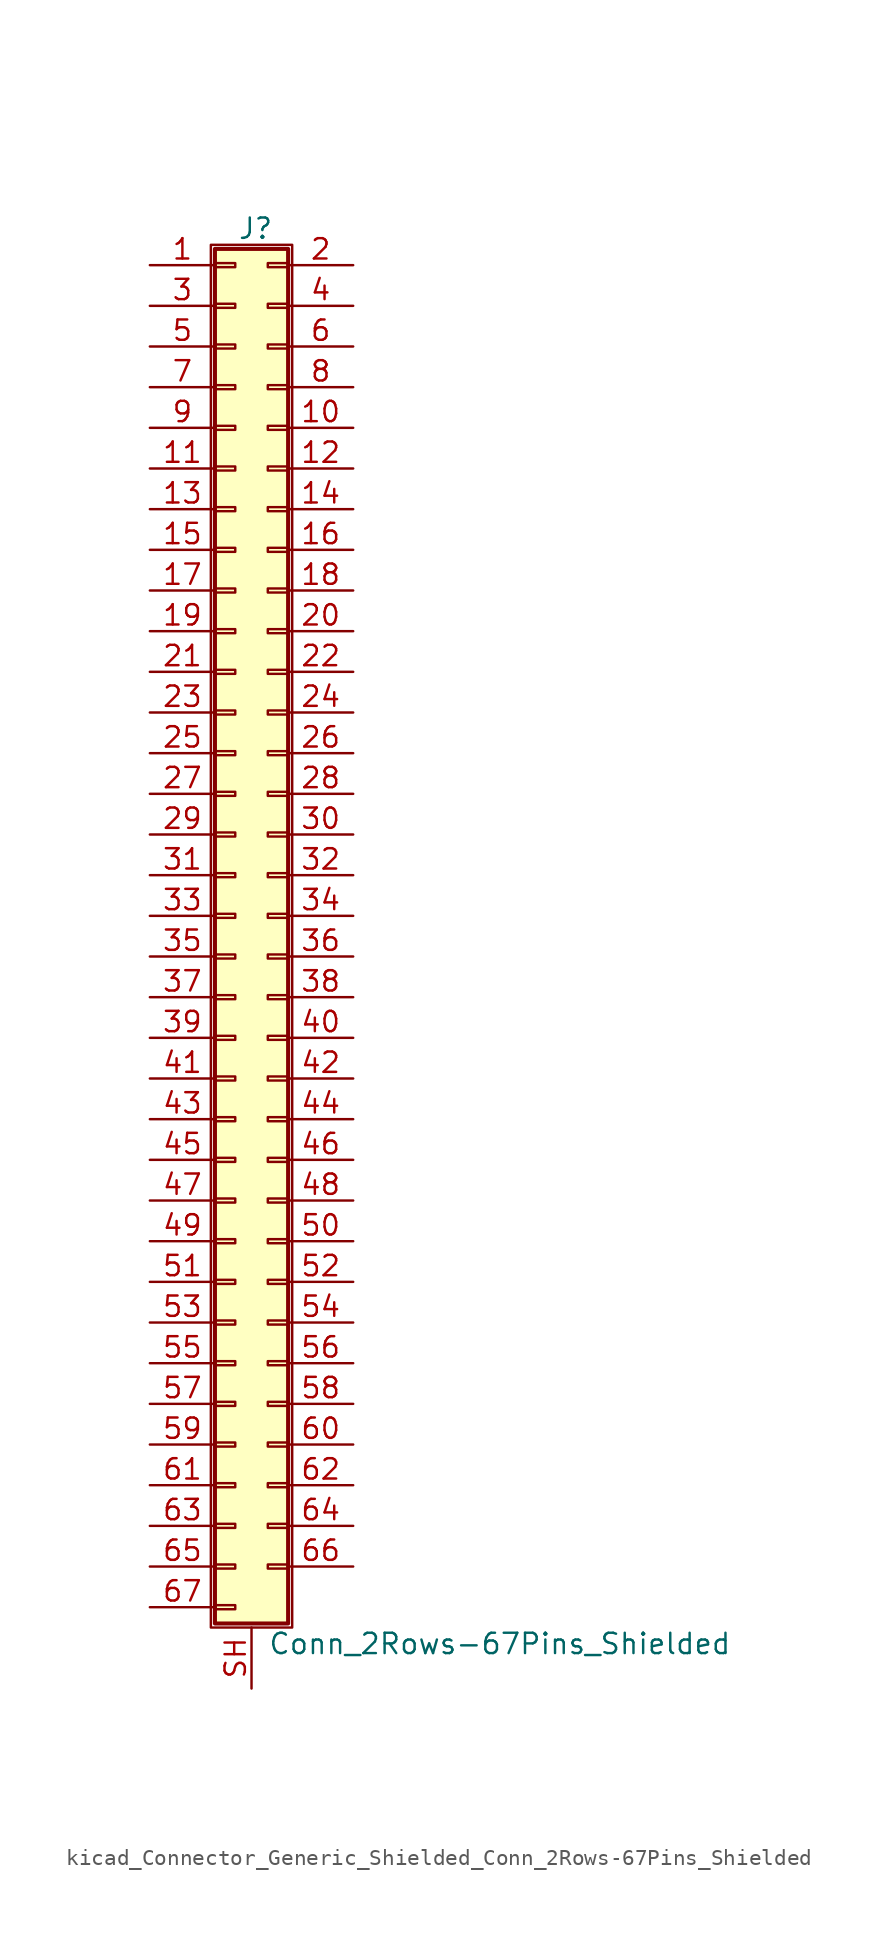
<source format=kicad_sym>
(kicad_symbol_lib
  (version 20220914)
  (generator kicad_symbol_editor)
  (symbol "kicad_Connector_Generic_Shielded_Conn_2Rows-67Pins_Shielded"
    (pin_names
      (offset 1.016) hide)
    (property "Reference" "J"
      (at 1.524 42.926 0)
      (effects (font (size 1.27 1.27))))
    (property "Value" "Conn_2Rows-67Pins_Shielded"
      (at 2.286 -45.466 0)
      (effects (font (size 1.27 1.27)) (justify left)))
    (symbol "kicad_Connector_Generic_Shielded_Conn_2Rows-67Pins_Shielded_1_1"
      (rectangle (start -1.27 41.91) (end 3.81 -44.45) (stroke (width 0.152) (type default)) (fill (type none)))
      (rectangle (start -1.016 -43.053) (end 0.254 -43.307) (stroke (width 0.152) (type default)) (fill (type none)))
      (rectangle (start -1.016 -40.513) (end 0.254 -40.767) (stroke (width 0.152) (type default)) (fill (type none)))
      (rectangle (start -1.016 -37.973) (end 0.254 -38.227) (stroke (width 0.152) (type default)) (fill (type none)))
      (rectangle (start -1.016 -35.433) (end 0.254 -35.687) (stroke (width 0.152) (type default)) (fill (type none)))
      (rectangle (start -1.016 -32.893) (end 0.254 -33.147) (stroke (width 0.152) (type default)) (fill (type none)))
      (rectangle (start -1.016 -30.353) (end 0.254 -30.607) (stroke (width 0.152) (type default)) (fill (type none)))
      (rectangle (start -1.016 -27.813) (end 0.254 -28.067) (stroke (width 0.152) (type default)) (fill (type none)))
      (rectangle (start -1.016 -25.273) (end 0.254 -25.527) (stroke (width 0.152) (type default)) (fill (type none)))
      (rectangle (start -1.016 -22.733) (end 0.254 -22.987) (stroke (width 0.152) (type default)) (fill (type none)))
      (rectangle (start -1.016 -20.193) (end 0.254 -20.447) (stroke (width 0.152) (type default)) (fill (type none)))
      (rectangle (start -1.016 -17.653) (end 0.254 -17.907) (stroke (width 0.152) (type default)) (fill (type none)))
      (rectangle (start -1.016 -15.113) (end 0.254 -15.367) (stroke (width 0.152) (type default)) (fill (type none)))
      (rectangle (start -1.016 -12.573) (end 0.254 -12.827) (stroke (width 0.152) (type default)) (fill (type none)))
      (rectangle (start -1.016 -10.033) (end 0.254 -10.287) (stroke (width 0.152) (type default)) (fill (type none)))
      (rectangle (start -1.016 -7.493) (end 0.254 -7.747) (stroke (width 0.152) (type default)) (fill (type none)))
      (rectangle (start -1.016 -4.953) (end 0.254 -5.207) (stroke (width 0.152) (type default)) (fill (type none)))
      (rectangle (start -1.016 -2.413) (end 0.254 -2.667) (stroke (width 0.152) (type default)) (fill (type none)))
      (rectangle (start -1.016 0.127) (end 0.254 -0.127) (stroke (width 0.152) (type default)) (fill (type none)))
      (rectangle (start -1.016 2.667) (end 0.254 2.413) (stroke (width 0.152) (type default)) (fill (type none)))
      (rectangle (start -1.016 5.207) (end 0.254 4.953) (stroke (width 0.152) (type default)) (fill (type none)))
      (rectangle (start -1.016 7.747) (end 0.254 7.493) (stroke (width 0.152) (type default)) (fill (type none)))
      (rectangle (start -1.016 10.287) (end 0.254 10.033) (stroke (width 0.152) (type default)) (fill (type none)))
      (rectangle (start -1.016 12.827) (end 0.254 12.573) (stroke (width 0.152) (type default)) (fill (type none)))
      (rectangle (start -1.016 15.367) (end 0.254 15.113) (stroke (width 0.152) (type default)) (fill (type none)))
      (rectangle (start -1.016 17.907) (end 0.254 17.653) (stroke (width 0.152) (type default)) (fill (type none)))
      (rectangle (start -1.016 20.447) (end 0.254 20.193) (stroke (width 0.152) (type default)) (fill (type none)))
      (rectangle (start -1.016 22.987) (end 0.254 22.733) (stroke (width 0.152) (type default)) (fill (type none)))
      (rectangle (start -1.016 25.527) (end 0.254 25.273) (stroke (width 0.152) (type default)) (fill (type none)))
      (rectangle (start -1.016 28.067) (end 0.254 27.813) (stroke (width 0.152) (type default)) (fill (type none)))
      (rectangle (start -1.016 30.607) (end 0.254 30.353) (stroke (width 0.152) (type default)) (fill (type none)))
      (rectangle (start -1.016 33.147) (end 0.254 32.893) (stroke (width 0.152) (type default)) (fill (type none)))
      (rectangle (start -1.016 35.687) (end 0.254 35.433) (stroke (width 0.152) (type default)) (fill (type none)))
      (rectangle (start -1.016 38.227) (end 0.254 37.973) (stroke (width 0.152) (type default)) (fill (type none)))
      (rectangle (start -1.016 40.767) (end 0.254 40.513) (stroke (width 0.152) (type default)) (fill (type none)))
      (rectangle (start -1.016 41.656) (end 3.556 -44.196) (stroke (width 0.254) (type default)) (fill (type background)))
      (rectangle (start 3.556 -40.513) (end 2.286 -40.767) (stroke (width 0.152) (type default)) (fill (type none)))
      (rectangle (start 3.556 -37.973) (end 2.286 -38.227) (stroke (width 0.152) (type default)) (fill (type none)))
      (rectangle (start 3.556 -35.433) (end 2.286 -35.687) (stroke (width 0.152) (type default)) (fill (type none)))
      (rectangle (start 3.556 -32.893) (end 2.286 -33.147) (stroke (width 0.152) (type default)) (fill (type none)))
      (rectangle (start 3.556 -30.353) (end 2.286 -30.607) (stroke (width 0.152) (type default)) (fill (type none)))
      (rectangle (start 3.556 -27.813) (end 2.286 -28.067) (stroke (width 0.152) (type default)) (fill (type none)))
      (rectangle (start 3.556 -25.273) (end 2.286 -25.527) (stroke (width 0.152) (type default)) (fill (type none)))
      (rectangle (start 3.556 -22.733) (end 2.286 -22.987) (stroke (width 0.152) (type default)) (fill (type none)))
      (rectangle (start 3.556 -20.193) (end 2.286 -20.447) (stroke (width 0.152) (type default)) (fill (type none)))
      (rectangle (start 3.556 -17.653) (end 2.286 -17.907) (stroke (width 0.152) (type default)) (fill (type none)))
      (rectangle (start 3.556 -15.113) (end 2.286 -15.367) (stroke (width 0.152) (type default)) (fill (type none)))
      (rectangle (start 3.556 -12.573) (end 2.286 -12.827) (stroke (width 0.152) (type default)) (fill (type none)))
      (rectangle (start 3.556 -10.033) (end 2.286 -10.287) (stroke (width 0.152) (type default)) (fill (type none)))
      (rectangle (start 3.556 -7.493) (end 2.286 -7.747) (stroke (width 0.152) (type default)) (fill (type none)))
      (rectangle (start 3.556 -4.953) (end 2.286 -5.207) (stroke (width 0.152) (type default)) (fill (type none)))
      (rectangle (start 3.556 -2.413) (end 2.286 -2.667) (stroke (width 0.152) (type default)) (fill (type none)))
      (rectangle (start 3.556 0.127) (end 2.286 -0.127) (stroke (width 0.152) (type default)) (fill (type none)))
      (rectangle (start 3.556 2.667) (end 2.286 2.413) (stroke (width 0.152) (type default)) (fill (type none)))
      (rectangle (start 3.556 5.207) (end 2.286 4.953) (stroke (width 0.152) (type default)) (fill (type none)))
      (rectangle (start 3.556 7.747) (end 2.286 7.493) (stroke (width 0.152) (type default)) (fill (type none)))
      (rectangle (start 3.556 10.287) (end 2.286 10.033) (stroke (width 0.152) (type default)) (fill (type none)))
      (rectangle (start 3.556 12.827) (end 2.286 12.573) (stroke (width 0.152) (type default)) (fill (type none)))
      (rectangle (start 3.556 15.367) (end 2.286 15.113) (stroke (width 0.152) (type default)) (fill (type none)))
      (rectangle (start 3.556 17.907) (end 2.286 17.653) (stroke (width 0.152) (type default)) (fill (type none)))
      (rectangle (start 3.556 20.447) (end 2.286 20.193) (stroke (width 0.152) (type default)) (fill (type none)))
      (rectangle (start 3.556 22.987) (end 2.286 22.733) (stroke (width 0.152) (type default)) (fill (type none)))
      (rectangle (start 3.556 25.527) (end 2.286 25.273) (stroke (width 0.152) (type default)) (fill (type none)))
      (rectangle (start 3.556 28.067) (end 2.286 27.813) (stroke (width 0.152) (type default)) (fill (type none)))
      (rectangle (start 3.556 30.607) (end 2.286 30.353) (stroke (width 0.152) (type default)) (fill (type none)))
      (rectangle (start 3.556 33.147) (end 2.286 32.893) (stroke (width 0.152) (type default)) (fill (type none)))
      (rectangle (start 3.556 35.687) (end 2.286 35.433) (stroke (width 0.152) (type default)) (fill (type none)))
      (rectangle (start 3.556 38.227) (end 2.286 37.973) (stroke (width 0.152) (type default)) (fill (type none)))
      (rectangle (start 3.556 40.767) (end 2.286 40.513) (stroke (width 0.152) (type default)) (fill (type none)))
      (pin passive line (at -5.08 40.64 0) (length 4.064) (name "Pin_1" (effects (font (size 1.27 1.27)))) (number "1" (effects (font (size 1.27 1.27)))))
      (pin passive line (at 7.62 30.48 180) (length 4.064) (name "Pin_10" (effects (font (size 1.27 1.27)))) (number "10" (effects (font (size 1.27 1.27)))))
      (pin passive line (at -5.08 27.94 0) (length 4.064) (name "Pin_11" (effects (font (size 1.27 1.27)))) (number "11" (effects (font (size 1.27 1.27)))))
      (pin passive line (at 7.62 27.94 180) (length 4.064) (name "Pin_12" (effects (font (size 1.27 1.27)))) (number "12" (effects (font (size 1.27 1.27)))))
      (pin passive line (at -5.08 25.4 0) (length 4.064) (name "Pin_13" (effects (font (size 1.27 1.27)))) (number "13" (effects (font (size 1.27 1.27)))))
      (pin passive line (at 7.62 25.4 180) (length 4.064) (name "Pin_14" (effects (font (size 1.27 1.27)))) (number "14" (effects (font (size 1.27 1.27)))))
      (pin passive line (at -5.08 22.86 0) (length 4.064) (name "Pin_15" (effects (font (size 1.27 1.27)))) (number "15" (effects (font (size 1.27 1.27)))))
      (pin passive line (at 7.62 22.86 180) (length 4.064) (name "Pin_16" (effects (font (size 1.27 1.27)))) (number "16" (effects (font (size 1.27 1.27)))))
      (pin passive line (at -5.08 20.32 0) (length 4.064) (name "Pin_17" (effects (font (size 1.27 1.27)))) (number "17" (effects (font (size 1.27 1.27)))))
      (pin passive line (at 7.62 20.32 180) (length 4.064) (name "Pin_18" (effects (font (size 1.27 1.27)))) (number "18" (effects (font (size 1.27 1.27)))))
      (pin passive line (at -5.08 17.78 0) (length 4.064) (name "Pin_19" (effects (font (size 1.27 1.27)))) (number "19" (effects (font (size 1.27 1.27)))))
      (pin passive line (at 7.62 40.64 180) (length 4.064) (name "Pin_2" (effects (font (size 1.27 1.27)))) (number "2" (effects (font (size 1.27 1.27)))))
      (pin passive line (at 7.62 17.78 180) (length 4.064) (name "Pin_20" (effects (font (size 1.27 1.27)))) (number "20" (effects (font (size 1.27 1.27)))))
      (pin passive line (at -5.08 15.24 0) (length 4.064) (name "Pin_21" (effects (font (size 1.27 1.27)))) (number "21" (effects (font (size 1.27 1.27)))))
      (pin passive line (at 7.62 15.24 180) (length 4.064) (name "Pin_22" (effects (font (size 1.27 1.27)))) (number "22" (effects (font (size 1.27 1.27)))))
      (pin passive line (at -5.08 12.7 0) (length 4.064) (name "Pin_23" (effects (font (size 1.27 1.27)))) (number "23" (effects (font (size 1.27 1.27)))))
      (pin passive line (at 7.62 12.7 180) (length 4.064) (name "Pin_24" (effects (font (size 1.27 1.27)))) (number "24" (effects (font (size 1.27 1.27)))))
      (pin passive line (at -5.08 10.16 0) (length 4.064) (name "Pin_25" (effects (font (size 1.27 1.27)))) (number "25" (effects (font (size 1.27 1.27)))))
      (pin passive line (at 7.62 10.16 180) (length 4.064) (name "Pin_26" (effects (font (size 1.27 1.27)))) (number "26" (effects (font (size 1.27 1.27)))))
      (pin passive line (at -5.08 7.62 0) (length 4.064) (name "Pin_27" (effects (font (size 1.27 1.27)))) (number "27" (effects (font (size 1.27 1.27)))))
      (pin passive line (at 7.62 7.62 180) (length 4.064) (name "Pin_28" (effects (font (size 1.27 1.27)))) (number "28" (effects (font (size 1.27 1.27)))))
      (pin passive line (at -5.08 5.08 0) (length 4.064) (name "Pin_29" (effects (font (size 1.27 1.27)))) (number "29" (effects (font (size 1.27 1.27)))))
      (pin passive line (at -5.08 38.1 0) (length 4.064) (name "Pin_3" (effects (font (size 1.27 1.27)))) (number "3" (effects (font (size 1.27 1.27)))))
      (pin passive line (at 7.62 5.08 180) (length 4.064) (name "Pin_30" (effects (font (size 1.27 1.27)))) (number "30" (effects (font (size 1.27 1.27)))))
      (pin passive line (at -5.08 2.54 0) (length 4.064) (name "Pin_31" (effects (font (size 1.27 1.27)))) (number "31" (effects (font (size 1.27 1.27)))))
      (pin passive line (at 7.62 2.54 180) (length 4.064) (name "Pin_32" (effects (font (size 1.27 1.27)))) (number "32" (effects (font (size 1.27 1.27)))))
      (pin passive line (at -5.08 0 0) (length 4.064) (name "Pin_33" (effects (font (size 1.27 1.27)))) (number "33" (effects (font (size 1.27 1.27)))))
      (pin passive line (at 7.62 0 180) (length 4.064) (name "Pin_34" (effects (font (size 1.27 1.27)))) (number "34" (effects (font (size 1.27 1.27)))))
      (pin passive line (at -5.08 -2.54 0) (length 4.064) (name "Pin_35" (effects (font (size 1.27 1.27)))) (number "35" (effects (font (size 1.27 1.27)))))
      (pin passive line (at 7.62 -2.54 180) (length 4.064) (name "Pin_36" (effects (font (size 1.27 1.27)))) (number "36" (effects (font (size 1.27 1.27)))))
      (pin passive line (at -5.08 -5.08 0) (length 4.064) (name "Pin_37" (effects (font (size 1.27 1.27)))) (number "37" (effects (font (size 1.27 1.27)))))
      (pin passive line (at 7.62 -5.08 180) (length 4.064) (name "Pin_38" (effects (font (size 1.27 1.27)))) (number "38" (effects (font (size 1.27 1.27)))))
      (pin passive line (at -5.08 -7.62 0) (length 4.064) (name "Pin_39" (effects (font (size 1.27 1.27)))) (number "39" (effects (font (size 1.27 1.27)))))
      (pin passive line (at 7.62 38.1 180) (length 4.064) (name "Pin_4" (effects (font (size 1.27 1.27)))) (number "4" (effects (font (size 1.27 1.27)))))
      (pin passive line (at 7.62 -7.62 180) (length 4.064) (name "Pin_40" (effects (font (size 1.27 1.27)))) (number "40" (effects (font (size 1.27 1.27)))))
      (pin passive line (at -5.08 -10.16 0) (length 4.064) (name "Pin_41" (effects (font (size 1.27 1.27)))) (number "41" (effects (font (size 1.27 1.27)))))
      (pin passive line (at 7.62 -10.16 180) (length 4.064) (name "Pin_42" (effects (font (size 1.27 1.27)))) (number "42" (effects (font (size 1.27 1.27)))))
      (pin passive line (at -5.08 -12.7 0) (length 4.064) (name "Pin_43" (effects (font (size 1.27 1.27)))) (number "43" (effects (font (size 1.27 1.27)))))
      (pin passive line (at 7.62 -12.7 180) (length 4.064) (name "Pin_44" (effects (font (size 1.27 1.27)))) (number "44" (effects (font (size 1.27 1.27)))))
      (pin passive line (at -5.08 -15.24 0) (length 4.064) (name "Pin_45" (effects (font (size 1.27 1.27)))) (number "45" (effects (font (size 1.27 1.27)))))
      (pin passive line (at 7.62 -15.24 180) (length 4.064) (name "Pin_46" (effects (font (size 1.27 1.27)))) (number "46" (effects (font (size 1.27 1.27)))))
      (pin passive line (at -5.08 -17.78 0) (length 4.064) (name "Pin_47" (effects (font (size 1.27 1.27)))) (number "47" (effects (font (size 1.27 1.27)))))
      (pin passive line (at 7.62 -17.78 180) (length 4.064) (name "Pin_48" (effects (font (size 1.27 1.27)))) (number "48" (effects (font (size 1.27 1.27)))))
      (pin passive line (at -5.08 -20.32 0) (length 4.064) (name "Pin_49" (effects (font (size 1.27 1.27)))) (number "49" (effects (font (size 1.27 1.27)))))
      (pin passive line (at -5.08 35.56 0) (length 4.064) (name "Pin_5" (effects (font (size 1.27 1.27)))) (number "5" (effects (font (size 1.27 1.27)))))
      (pin passive line (at 7.62 -20.32 180) (length 4.064) (name "Pin_50" (effects (font (size 1.27 1.27)))) (number "50" (effects (font (size 1.27 1.27)))))
      (pin passive line (at -5.08 -22.86 0) (length 4.064) (name "Pin_51" (effects (font (size 1.27 1.27)))) (number "51" (effects (font (size 1.27 1.27)))))
      (pin passive line (at 7.62 -22.86 180) (length 4.064) (name "Pin_52" (effects (font (size 1.27 1.27)))) (number "52" (effects (font (size 1.27 1.27)))))
      (pin passive line (at -5.08 -25.4 0) (length 4.064) (name "Pin_53" (effects (font (size 1.27 1.27)))) (number "53" (effects (font (size 1.27 1.27)))))
      (pin passive line (at 7.62 -25.4 180) (length 4.064) (name "Pin_54" (effects (font (size 1.27 1.27)))) (number "54" (effects (font (size 1.27 1.27)))))
      (pin passive line (at -5.08 -27.94 0) (length 4.064) (name "Pin_55" (effects (font (size 1.27 1.27)))) (number "55" (effects (font (size 1.27 1.27)))))
      (pin passive line (at 7.62 -27.94 180) (length 4.064) (name "Pin_56" (effects (font (size 1.27 1.27)))) (number "56" (effects (font (size 1.27 1.27)))))
      (pin passive line (at -5.08 -30.48 0) (length 4.064) (name "Pin_57" (effects (font (size 1.27 1.27)))) (number "57" (effects (font (size 1.27 1.27)))))
      (pin passive line (at 7.62 -30.48 180) (length 4.064) (name "Pin_58" (effects (font (size 1.27 1.27)))) (number "58" (effects (font (size 1.27 1.27)))))
      (pin passive line (at -5.08 -33.02 0) (length 4.064) (name "Pin_59" (effects (font (size 1.27 1.27)))) (number "59" (effects (font (size 1.27 1.27)))))
      (pin passive line (at 7.62 35.56 180) (length 4.064) (name "Pin_6" (effects (font (size 1.27 1.27)))) (number "6" (effects (font (size 1.27 1.27)))))
      (pin passive line (at 7.62 -33.02 180) (length 4.064) (name "Pin_60" (effects (font (size 1.27 1.27)))) (number "60" (effects (font (size 1.27 1.27)))))
      (pin passive line (at -5.08 -35.56 0) (length 4.064) (name "Pin_61" (effects (font (size 1.27 1.27)))) (number "61" (effects (font (size 1.27 1.27)))))
      (pin passive line (at 7.62 -35.56 180) (length 4.064) (name "Pin_62" (effects (font (size 1.27 1.27)))) (number "62" (effects (font (size 1.27 1.27)))))
      (pin passive line (at -5.08 -38.1 0) (length 4.064) (name "Pin_63" (effects (font (size 1.27 1.27)))) (number "63" (effects (font (size 1.27 1.27)))))
      (pin passive line (at 7.62 -38.1 180) (length 4.064) (name "Pin_64" (effects (font (size 1.27 1.27)))) (number "64" (effects (font (size 1.27 1.27)))))
      (pin passive line (at -5.08 -40.64 0) (length 4.064) (name "Pin_65" (effects (font (size 1.27 1.27)))) (number "65" (effects (font (size 1.27 1.27)))))
      (pin passive line (at 7.62 -40.64 180) (length 4.064) (name "Pin_66" (effects (font (size 1.27 1.27)))) (number "66" (effects (font (size 1.27 1.27)))))
      (pin passive line (at -5.08 -43.18 0) (length 4.064) (name "Pin_67" (effects (font (size 1.27 1.27)))) (number "67" (effects (font (size 1.27 1.27)))))
      (pin passive line (at -5.08 33.02 0) (length 4.064) (name "Pin_7" (effects (font (size 1.27 1.27)))) (number "7" (effects (font (size 1.27 1.27)))))
      (pin passive line (at 7.62 33.02 180) (length 4.064) (name "Pin_8" (effects (font (size 1.27 1.27)))) (number "8" (effects (font (size 1.27 1.27)))))
      (pin passive line (at -5.08 30.48 0) (length 4.064) (name "Pin_9" (effects (font (size 1.27 1.27)))) (number "9" (effects (font (size 1.27 1.27)))))
      (pin passive line (at 1.27 -48.26 90) (length 3.81) (name "Shield" (effects (font (size 1.27 1.27)))) (number "SH" (effects (font (size 1.27 1.27))))))))
</source>
